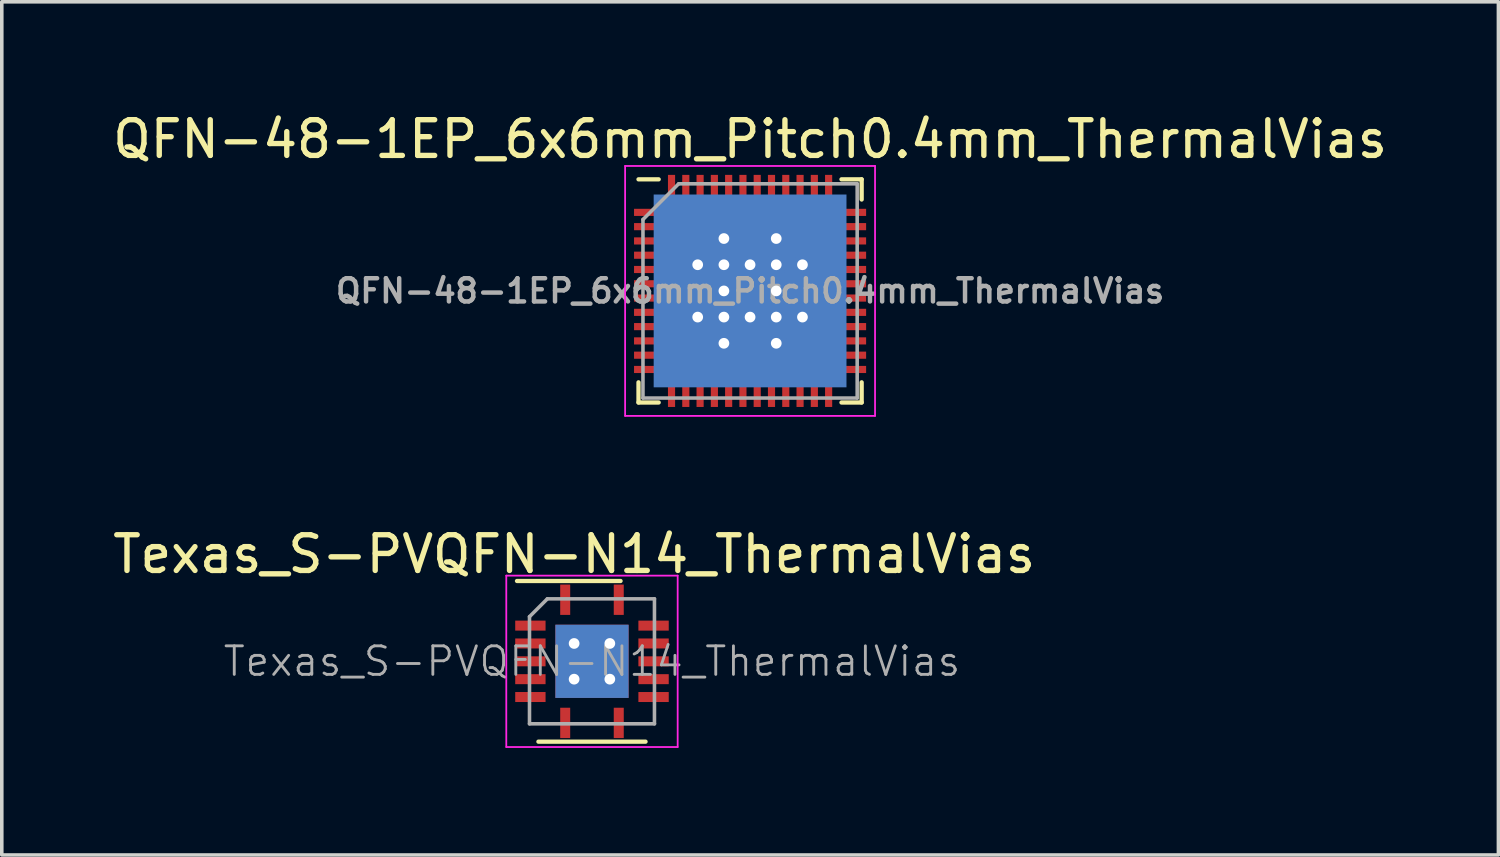
<source format=kicad_pcb>
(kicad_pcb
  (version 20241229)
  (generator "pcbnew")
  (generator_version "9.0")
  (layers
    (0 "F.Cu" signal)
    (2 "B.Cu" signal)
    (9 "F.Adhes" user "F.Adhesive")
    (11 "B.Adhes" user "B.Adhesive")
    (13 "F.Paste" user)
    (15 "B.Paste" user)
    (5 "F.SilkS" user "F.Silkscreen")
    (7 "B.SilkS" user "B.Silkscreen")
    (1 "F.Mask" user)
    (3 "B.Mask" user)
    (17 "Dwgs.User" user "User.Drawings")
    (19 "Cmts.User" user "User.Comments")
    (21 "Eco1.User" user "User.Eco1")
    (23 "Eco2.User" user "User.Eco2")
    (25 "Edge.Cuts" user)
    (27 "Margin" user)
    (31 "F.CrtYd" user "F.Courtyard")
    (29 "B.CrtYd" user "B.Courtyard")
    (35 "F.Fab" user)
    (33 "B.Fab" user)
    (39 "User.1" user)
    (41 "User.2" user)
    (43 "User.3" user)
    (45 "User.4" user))
  (footprint "QFN-48-1EP_6x6mm_Pitch0.4mm_ThermalVias"
    (layer "F.Cu")
    (at 17.958 5.098)
    (property "Reference" "QFN-48-1EP_6x6mm_Pitch0.4mm_ThermalVias" (at 0 -4.25 0) (layer "F.SilkS") (effects (font (size 1 1) (thickness 0.15))))
    (attr smd)
    (fp_line (start -3.125 -3.125) (end -2.56 -3.125) (stroke (width 0.12) (type solid)) (layer "F.SilkS"))
    (fp_line (start -3.125 3.125) (end -3.125 2.56) (stroke (width 0.12) (type solid)) (layer "F.SilkS"))
    (fp_line (start -2.56 3.125) (end -3.125 3.125) (stroke (width 0.12) (type solid)) (layer "F.SilkS"))
    (fp_line (start 2.56 -3.125) (end 3.125 -3.125) (stroke (width 0.12) (type solid)) (layer "F.SilkS"))
    (fp_line (start 2.56 3.125) (end 3.125 3.125) (stroke (width 0.12) (type solid)) (layer "F.SilkS"))
    (fp_line (start 3.125 -3.125) (end 3.125 -2.56) (stroke (width 0.12) (type solid)) (layer "F.SilkS"))
    (fp_line (start 3.125 3.125) (end 3.125 2.56) (stroke (width 0.12) (type solid)) (layer "F.SilkS"))
    (fp_line (start -3.5 -3.5) (end -3.5 3.5) (stroke (width 0.05) (type solid)) (layer "F.CrtYd"))
    (fp_line (start -3.5 3.5) (end 3.5 3.5) (stroke (width 0.05) (type solid)) (layer "F.CrtYd"))
    (fp_line (start 3.5 -3.5) (end -3.5 -3.5) (stroke (width 0.05) (type solid)) (layer "F.CrtYd"))
    (fp_line (start 3.5 3.5) (end 3.5 -3.5) (stroke (width 0.05) (type solid)) (layer "F.CrtYd"))
    (fp_line (start -3 -2) (end -2 -3) (stroke (width 0.1) (type solid)) (layer "F.Fab"))
    (fp_line (start -3 3) (end -3 -2) (stroke (width 0.1) (type solid)) (layer "F.Fab"))
    (fp_line (start -2 -3) (end 3 -3) (stroke (width 0.1) (type solid)) (layer "F.Fab"))
    (fp_line (start 3 -3) (end 3 3) (stroke (width 0.1) (type solid)) (layer "F.Fab"))
    (fp_line (start 3 3) (end -3 3) (stroke (width 0.1) (type solid)) (layer "F.Fab"))
    (fp_text user "${REFERENCE}" (at 0 0 0) (layer "F.Fab") (effects (font (size 0.65 0.65) (thickness 0.125))))
    (pad "" smd rect (at -1.467 -1.467) (size 0.88 0.88) (layers "F.Paste"))
    (pad "" smd rect (at -1.467 0) (size 0.88 0.88) (layers "F.Paste"))
    (pad "" smd rect (at -1.467 1.467) (size 0.88 0.88) (layers "F.Paste"))
    (pad "" smd rect (at 0 -1.467) (size 0.88 0.88) (layers "F.Paste"))
    (pad "" smd rect (at 0 0) (size 0.88 0.88) (layers "F.Paste"))
    (pad "" smd rect (at 0 1.467) (size 0.88 0.88) (layers "F.Paste"))
    (pad "" smd rect (at 1.467 -1.467) (size 0.88 0.88) (layers "F.Paste"))
    (pad "" smd rect (at 1.467 0) (size 0.88 0.88) (layers "F.Paste"))
    (pad "" smd rect (at 1.467 1.467) (size 0.88 0.88) (layers "F.Paste"))
    (pad "1" smd rect (at -2.925 -2.2) (size 0.65 0.2) (layers "F.Cu" "F.Mask" "F.Paste"))
    (pad "2" smd rect (at -2.925 -1.8) (size 0.65 0.2) (layers "F.Cu" "F.Mask" "F.Paste"))
    (pad "3" smd rect (at -2.925 -1.4) (size 0.65 0.2) (layers "F.Cu" "F.Mask" "F.Paste"))
    (pad "4" smd rect (at -2.925 -1) (size 0.65 0.2) (layers "F.Cu" "F.Mask" "F.Paste"))
    (pad "5" smd rect (at -2.925 -0.6) (size 0.65 0.2) (layers "F.Cu" "F.Mask" "F.Paste"))
    (pad "6" smd rect (at -2.925 -0.2) (size 0.65 0.2) (layers "F.Cu" "F.Mask" "F.Paste"))
    (pad "7" smd rect (at -2.925 0.2) (size 0.65 0.2) (layers "F.Cu" "F.Mask" "F.Paste"))
    (pad "8" smd rect (at -2.925 0.6) (size 0.65 0.2) (layers "F.Cu" "F.Mask" "F.Paste"))
    (pad "9" smd rect (at -2.925 1) (size 0.65 0.2) (layers "F.Cu" "F.Mask" "F.Paste"))
    (pad "10" smd rect (at -2.925 1.4) (size 0.65 0.2) (layers "F.Cu" "F.Mask" "F.Paste"))
    (pad "11" smd rect (at -2.925 1.8) (size 0.65 0.2) (layers "F.Cu" "F.Mask" "F.Paste"))
    (pad "12" smd rect (at -2.925 2.2) (size 0.65 0.2) (layers "F.Cu" "F.Mask" "F.Paste"))
    (pad "13" smd rect (at -2.2 2.925 90) (size 0.65 0.2) (layers "F.Cu" "F.Mask" "F.Paste"))
    (pad "14" smd rect (at -1.8 2.925 90) (size 0.65 0.2) (layers "F.Cu" "F.Mask" "F.Paste"))
    (pad "15" smd rect (at -1.4 2.925 90) (size 0.65 0.2) (layers "F.Cu" "F.Mask" "F.Paste"))
    (pad "16" smd rect (at -1 2.925 90) (size 0.65 0.2) (layers "F.Cu" "F.Mask" "F.Paste"))
    (pad "17" smd rect (at -0.6 2.925 90) (size 0.65 0.2) (layers "F.Cu" "F.Mask" "F.Paste"))
    (pad "18" smd rect (at -0.2 2.925 90) (size 0.65 0.2) (layers "F.Cu" "F.Mask" "F.Paste"))
    (pad "19" smd rect (at 0.2 2.925 90) (size 0.65 0.2) (layers "F.Cu" "F.Mask" "F.Paste"))
    (pad "20" smd rect (at 0.6 2.925 90) (size 0.65 0.2) (layers "F.Cu" "F.Mask" "F.Paste"))
    (pad "21" smd rect (at 1 2.925 90) (size 0.65 0.2) (layers "F.Cu" "F.Mask" "F.Paste"))
    (pad "22" smd rect (at 1.4 2.925 90) (size 0.65 0.2) (layers "F.Cu" "F.Mask" "F.Paste"))
    (pad "23" smd rect (at 1.8 2.925 90) (size 0.65 0.2) (layers "F.Cu" "F.Mask" "F.Paste"))
    (pad "24" smd rect (at 2.2 2.925 90) (size 0.65 0.2) (layers "F.Cu" "F.Mask" "F.Paste"))
    (pad "25" smd rect (at 2.925 2.2) (size 0.65 0.2) (layers "F.Cu" "F.Mask" "F.Paste"))
    (pad "26" smd rect (at 2.925 1.8) (size 0.65 0.2) (layers "F.Cu" "F.Mask" "F.Paste"))
    (pad "27" smd rect (at 2.925 1.4) (size 0.65 0.2) (layers "F.Cu" "F.Mask" "F.Paste"))
    (pad "28" smd rect (at 2.925 1) (size 0.65 0.2) (layers "F.Cu" "F.Mask" "F.Paste"))
    (pad "29" smd rect (at 2.925 0.6) (size 0.65 0.2) (layers "F.Cu" "F.Mask" "F.Paste"))
    (pad "30" smd rect (at 2.925 0.2) (size 0.65 0.2) (layers "F.Cu" "F.Mask" "F.Paste"))
    (pad "31" smd rect (at 2.925 -0.2) (size 0.65 0.2) (layers "F.Cu" "F.Mask" "F.Paste"))
    (pad "32" smd rect (at 2.925 -0.6) (size 0.65 0.2) (layers "F.Cu" "F.Mask" "F.Paste"))
    (pad "33" smd rect (at 2.925 -1) (size 0.65 0.2) (layers "F.Cu" "F.Mask" "F.Paste"))
    (pad "34" smd rect (at 2.925 -1.4) (size 0.65 0.2) (layers "F.Cu" "F.Mask" "F.Paste"))
    (pad "35" smd rect (at 2.925 -1.8) (size 0.65 0.2) (layers "F.Cu" "F.Mask" "F.Paste"))
    (pad "36" smd rect (at 2.925 -2.2) (size 0.65 0.2) (layers "F.Cu" "F.Mask" "F.Paste"))
    (pad "37" smd rect (at 2.2 -2.925 90) (size 0.65 0.2) (layers "F.Cu" "F.Mask" "F.Paste"))
    (pad "38" smd rect (at 1.8 -2.925 90) (size 0.65 0.2) (layers "F.Cu" "F.Mask" "F.Paste"))
    (pad "39" smd rect (at 1.4 -2.925 90) (size 0.65 0.2) (layers "F.Cu" "F.Mask" "F.Paste"))
    (pad "40" smd rect (at 1 -2.925 90) (size 0.65 0.2) (layers "F.Cu" "F.Mask" "F.Paste"))
    (pad "41" smd rect (at 0.6 -2.925 90) (size 0.65 0.2) (layers "F.Cu" "F.Mask" "F.Paste"))
    (pad "42" smd rect (at 0.2 -2.925 90) (size 0.65 0.2) (layers "F.Cu" "F.Mask" "F.Paste"))
    (pad "43" smd rect (at -0.2 -2.925 90) (size 0.65 0.2) (layers "F.Cu" "F.Mask" "F.Paste"))
    (pad "44" smd rect (at -0.6 -2.925 90) (size 0.65 0.2) (layers "F.Cu" "F.Mask" "F.Paste"))
    (pad "45" smd rect (at -1 -2.925 90) (size 0.65 0.2) (layers "F.Cu" "F.Mask" "F.Paste"))
    (pad "46" smd rect (at -1.4 -2.925 90) (size 0.65 0.2) (layers "F.Cu" "F.Mask" "F.Paste"))
    (pad "47" smd rect (at -1.8 -2.925 90) (size 0.65 0.2) (layers "F.Cu" "F.Mask" "F.Paste"))
    (pad "48" smd rect (at -2.2 -2.925 90) (size 0.65 0.2) (layers "F.Cu" "F.Mask" "F.Paste"))
    (pad "49" thru_hole circle (at -1.467 -0.733) (size 0.6 0.6) (drill 0.3) (layers "*.Cu"))
    (pad "49" thru_hole circle (at -1.467 0.733) (size 0.6 0.6) (drill 0.3) (layers "*.Cu"))
    (pad "49" thru_hole circle (at -0.733 -1.467) (size 0.6 0.6) (drill 0.3) (layers "*.Cu"))
    (pad "49" thru_hole circle (at -0.733 -0.733) (size 0.6 0.6) (drill 0.3) (layers "*.Cu"))
    (pad "49" thru_hole circle (at -0.733 0) (size 0.6 0.6) (drill 0.3) (layers "*.Cu"))
    (pad "49" thru_hole circle (at -0.733 0.733) (size 0.6 0.6) (drill 0.3) (layers "*.Cu"))
    (pad "49" thru_hole circle (at -0.733 1.467) (size 0.6 0.6) (drill 0.3) (layers "*.Cu"))
    (pad "49" thru_hole circle (at 0 -0.733) (size 0.6 0.6) (drill 0.3) (layers "*.Cu"))
    (pad "49" smd rect (at 0 0) (size 4.4 4.4) (layers "F.Cu" "F.Mask"))
    (pad "49" smd rect (at 0 0) (size 5.4 5.4) (layers "B.Cu"))
    (pad "49" thru_hole circle (at 0 0.733) (size 0.6 0.6) (drill 0.3) (layers "*.Cu"))
    (pad "49" thru_hole circle (at 0.733 -1.467) (size 0.6 0.6) (drill 0.3) (layers "*.Cu"))
    (pad "49" thru_hole circle (at 0.733 -0.733) (size 0.6 0.6) (drill 0.3) (layers "*.Cu"))
    (pad "49" thru_hole circle (at 0.733 0) (size 0.6 0.6) (drill 0.3) (layers "*.Cu"))
    (pad "49" thru_hole circle (at 0.733 0.733) (size 0.6 0.6) (drill 0.3) (layers "*.Cu"))
    (pad "49" thru_hole circle (at 0.733 1.467) (size 0.6 0.6) (drill 0.3) (layers "*.Cu"))
    (pad "49" thru_hole circle (at 1.467 -0.733) (size 0.6 0.6) (drill 0.3) (layers "*.Cu"))
    (pad "49" thru_hole circle (at 1.467 0.733) (size 0.6 0.6) (drill 0.3) (layers "*.Cu")))
  (footprint "Texas_S-PVQFN-N14_ThermalVias"
    (layer "F.Cu")
    (at 13.53 15.472)
    (property "Reference" "Texas_S-PVQFN-N14_ThermalVias" (at -0.5 -3 0) (layer "F.SilkS") (effects (font (size 1 1) (thickness 0.15))))
    (attr smd)
    (fp_line (start -1.5 2.25) (end 1.5 2.25) (stroke (width 0.12) (type solid)) (layer "F.SilkS"))
    (fp_line (start 0.8 -2.25) (end -2.1 -2.25) (stroke (width 0.12) (type solid)) (layer "F.SilkS"))
    (fp_line (start -2.4 -2.4) (end 2.4 -2.4) (stroke (width 0.05) (type solid)) (layer "F.CrtYd"))
    (fp_line (start -2.4 2.4) (end -2.4 -2.4) (stroke (width 0.05) (type solid)) (layer "F.CrtYd"))
    (fp_line (start 2.4 -2.4) (end 2.4 2.4) (stroke (width 0.05) (type solid)) (layer "F.CrtYd"))
    (fp_line (start 2.4 2.4) (end -2.4 2.4) (stroke (width 0.05) (type solid)) (layer "F.CrtYd"))
    (fp_line (start -1.75 1.75) (end -1.75 -1.25) (stroke (width 0.1) (type solid)) (layer "F.Fab"))
    (fp_line (start -1.25 -1.75) (end -1.75 -1.25) (stroke (width 0.1) (type solid)) (layer "F.Fab"))
    (fp_line (start -1.25 -1.75) (end 1.75 -1.75) (stroke (width 0.1) (type solid)) (layer "F.Fab"))
    (fp_line (start 1.75 -1.75) (end 1.75 1.75) (stroke (width 0.1) (type solid)) (layer "F.Fab"))
    (fp_line (start 1.75 1.75) (end -1.75 1.75) (stroke (width 0.1) (type solid)) (layer "F.Fab"))
    (fp_text user "${REFERENCE}" (at 0 0 0) (layer "F.Fab") (effects (font (size 0.8 0.8) (thickness 0.08))))
    (pad "" smd rect (at -0.56 -0.56 270) (size 0.82 0.82) (layers "F.Paste"))
    (pad "" smd rect (at -0.56 0.56 270) (size 0.82 0.82) (layers "F.Paste"))
    (pad "" smd rect (at 0.56 -0.56 270) (size 0.82 0.82) (layers "F.Paste"))
    (pad "" smd rect (at 0.56 0.56 270) (size 0.82 0.82) (layers "F.Paste"))
    (pad "1" smd rect (at -0.75 -1.725 270) (size 0.85 0.28) (layers "F.Cu" "F.Mask" "F.Paste"))
    (pad "2" smd rect (at -1.725 -1 270) (size 0.28 0.85) (layers "F.Cu" "F.Mask" "F.Paste"))
    (pad "3" smd rect (at -1.725 -0.5 270) (size 0.28 0.85) (layers "F.Cu" "F.Mask" "F.Paste"))
    (pad "4" smd rect (at -1.725 0 270) (size 0.28 0.85) (layers "F.Cu" "F.Mask" "F.Paste"))
    (pad "5" smd rect (at -1.725 0.5 270) (size 0.28 0.85) (layers "F.Cu" "F.Mask" "F.Paste"))
    (pad "6" smd rect (at -1.725 1 270) (size 0.28 0.85) (layers "F.Cu" "F.Mask" "F.Paste"))
    (pad "7" smd rect (at -0.75 1.725 270) (size 0.85 0.28) (layers "F.Cu" "F.Mask" "F.Paste"))
    (pad "8" smd rect (at 0.75 1.725 270) (size 0.85 0.28) (layers "F.Cu" "F.Mask" "F.Paste"))
    (pad "9" smd rect (at 1.725 1 270) (size 0.28 0.85) (layers "F.Cu" "F.Mask" "F.Paste"))
    (pad "10" smd rect (at 1.725 0.5 270) (size 0.28 0.85) (layers "F.Cu" "F.Mask" "F.Paste"))
    (pad "11" smd rect (at 1.725 0 270) (size 0.28 0.85) (layers "F.Cu" "F.Mask" "F.Paste"))
    (pad "12" smd rect (at 1.725 -0.5 270) (size 0.28 0.85) (layers "F.Cu" "F.Mask" "F.Paste"))
    (pad "13" smd rect (at 1.725 -1 270) (size 0.28 0.85) (layers "F.Cu" "F.Mask" "F.Paste"))
    (pad "14" smd rect (at 0.75 -1.725 270) (size 0.85 0.28) (layers "F.Cu" "F.Mask" "F.Paste"))
    (pad "15" thru_hole circle (at -0.5 -0.5 270) (size 0.6 0.6) (drill 0.3) (layers "*.Cu" "*.Mask"))
    (pad "15" thru_hole circle (at -0.5 0.5 270) (size 0.6 0.6) (drill 0.3) (layers "*.Cu" "*.Mask"))
    (pad "15" smd rect (at 0 0 270) (size 2.05 2.05) (layers "F.Cu" "F.Mask"))
    (pad "15" smd rect (at 0 0 270) (size 2.05 2.05) (layers "B.Cu" "B.Mask"))
    (pad "15" thru_hole circle (at 0.5 -0.5 270) (size 0.6 0.6) (drill 0.3) (layers "*.Cu" "*.Mask"))
    (pad "15" thru_hole circle (at 0.5 0.5 270) (size 0.6 0.6) (drill 0.3) (layers "*.Cu" "*.Mask")))
  (gr_rect
    (start -3 -3)
    (end 38.917 20.896)
    (stroke (width 0.1) (type default))
    (fill no)
    (layer "Edge.Cuts")))
</source>
